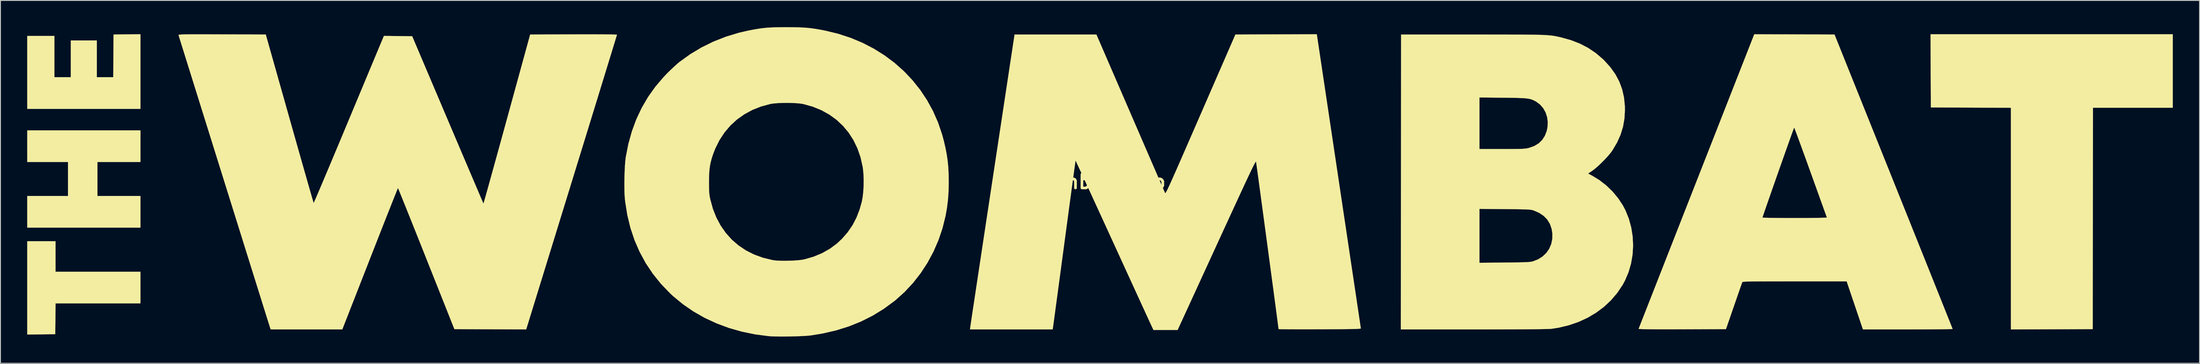
<source format=kicad_pcb>
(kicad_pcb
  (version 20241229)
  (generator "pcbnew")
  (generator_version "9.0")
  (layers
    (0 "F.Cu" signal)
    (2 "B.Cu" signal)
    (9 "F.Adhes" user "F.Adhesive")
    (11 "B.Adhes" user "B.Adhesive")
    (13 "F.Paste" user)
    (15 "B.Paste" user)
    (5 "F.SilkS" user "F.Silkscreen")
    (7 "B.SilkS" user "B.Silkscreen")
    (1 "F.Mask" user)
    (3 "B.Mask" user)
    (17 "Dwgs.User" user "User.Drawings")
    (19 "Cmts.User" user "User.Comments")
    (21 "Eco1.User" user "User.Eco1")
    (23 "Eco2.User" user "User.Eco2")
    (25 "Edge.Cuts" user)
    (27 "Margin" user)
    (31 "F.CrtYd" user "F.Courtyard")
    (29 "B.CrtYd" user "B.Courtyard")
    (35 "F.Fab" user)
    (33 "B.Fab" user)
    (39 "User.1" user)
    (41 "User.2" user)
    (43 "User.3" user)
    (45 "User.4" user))
  (footprint "wombat_logo"
    (layer "F.Cu")
    (at 120.338 17.368)
    (property "Reference" "wombat_logo" (at 0 0 0) (layer "F.SilkS") (effects (font (size 1.524 1.524) (thickness 0.3))))
    (attr through_hole)
    (fp_poly (pts (xy -117.157 10.097) (xy -107.632 10.097) (xy -107.632 13.652) (xy -117.155 13.652) (xy -117.172 15.383) (xy -117.189 17.113) (xy -120.332 17.147) (xy -120.332 6.668) (xy -117.157 6.668) (xy -117.157 10.097)) (stroke (width 0.01) (type solid)) (fill yes) (layer "F.SilkS"))
    (fp_poly (pts (xy -107.632 -2.223) (xy -112.459 -2.223) (xy -112.459 1.587) (xy -107.632 1.587) (xy -107.632 5.144) (xy -120.332 5.144) (xy -120.332 1.587) (xy -115.76 1.587) (xy -115.76 -2.223) (xy -120.332 -2.223) (xy -120.332 -5.779) (xy -107.632 -5.779) (xy -107.632 -2.223)) (stroke (width 0.01) (type solid)) (fill yes) (layer "F.SilkS"))
    (fp_poly (pts (xy 120.396 -16.573) (xy 120.396 -8.319) (xy 111.443 -8.319) (xy 111.411 16.542) (xy 106.823 16.558) (xy 102.235 16.574) (xy 102.235 -8.318) (xy 97.742 -8.334) (xy 93.25 -8.35) (xy 93.233 -12.462) (xy 93.217 -16.574) (xy 106.807 -16.574) (xy 120.396 -16.573)) (stroke (width 0.01) (type solid)) (fill yes) (layer "F.SilkS"))
    (fp_poly (pts (xy -107.632 -8.191) (xy -120.332 -8.191) (xy -120.332 -16.383) (xy -117.284 -16.383) (xy -117.284 -11.748) (xy -115.443 -11.748) (xy -115.443 -15.875) (xy -112.522 -15.875) (xy -112.522 -11.748) (xy -110.682 -11.748) (xy -110.649 -16.542) (xy -109.141 -16.559) (xy -107.632 -16.576) (xy -107.632 -8.191)) (stroke (width 0.01) (type solid)) (fill yes) (layer "F.SilkS"))
    (fp_poly (pts (xy 82.443 -16.542) (xy 89.067 -0.032) (xy 89.623 1.356) (xy 90.168 2.713) (xy 90.698 4.034) (xy 91.211 5.316) (xy 91.707 6.552) (xy 92.183 7.739) (xy 92.637 8.872) (xy 93.067 9.946) (xy 93.471 10.956) (xy 93.848 11.898) (xy 94.195 12.767) (xy 94.512 13.557) (xy 94.794 14.265) (xy 95.042 14.886) (xy 95.253 15.414) (xy 95.425 15.846) (xy 95.556 16.176) (xy 95.644 16.4) (xy 95.688 16.513) (xy 95.693 16.526) (xy 95.631 16.533) (xy 95.452 16.54) (xy 95.165 16.547) (xy 94.78 16.553) (xy 94.306 16.559) (xy 93.752 16.563) (xy 93.129 16.567) (xy 92.446 16.57) (xy 91.712 16.572) (xy 90.936 16.573) (xy 90.662 16.573) (xy 85.63 16.573) (xy 83.804 11.176) (xy 77.968 11.176) (xy 76.974 11.176) (xy 76.099 11.177) (xy 75.335 11.177) (xy 74.676 11.179) (xy 74.113 11.181) (xy 73.638 11.184) (xy 73.245 11.188) (xy 72.925 11.193) (xy 72.67 11.2) (xy 72.474 11.208) (xy 72.328 11.218) (xy 72.224 11.229) (xy 72.156 11.242) (xy 72.115 11.258) (xy 72.093 11.275) (xy 72.086 11.287) (xy 72.056 11.369) (xy 71.99 11.558) (xy 71.89 11.842) (xy 71.763 12.206) (xy 71.613 12.638) (xy 71.444 13.126) (xy 71.261 13.655) (xy 71.152 13.97) (xy 70.263 16.542) (xy 65.352 16.558) (xy 64.321 16.561) (xy 63.41 16.561) (xy 62.62 16.56) (xy 61.951 16.556) (xy 61.405 16.551) (xy 60.982 16.544) (xy 60.684 16.534) (xy 60.51 16.523) (xy 60.462 16.511) (xy 60.487 16.447) (xy 60.556 16.27) (xy 60.668 15.984) (xy 60.821 15.595) (xy 61.012 15.106) (xy 61.241 14.522) (xy 61.505 13.849) (xy 61.802 13.091) (xy 62.131 12.253) (xy 62.489 11.339) (xy 62.875 10.355) (xy 63.287 9.305) (xy 63.722 8.194) (xy 64.18 7.027) (xy 64.658 5.808) (xy 65.155 4.542) (xy 65.361 4.016) (xy 74.358 4.016) (xy 74.42 4.025) (xy 74.597 4.033) (xy 74.879 4.041) (xy 75.254 4.048) (xy 75.712 4.053) (xy 76.239 4.058) (xy 76.827 4.061) (xy 77.462 4.064) (xy 77.983 4.064) (xy 78.656 4.063) (xy 79.287 4.06) (xy 79.863 4.056) (xy 80.375 4.05) (xy 80.811 4.043) (xy 81.16 4.035) (xy 81.412 4.026) (xy 81.556 4.017) (xy 81.587 4.009) (xy 81.563 3.942) (xy 81.499 3.765) (xy 81.398 3.486) (xy 81.264 3.113) (xy 81.1 2.657) (xy 80.909 2.125) (xy 80.693 1.527) (xy 80.458 0.872) (xy 80.204 0.168) (xy 79.937 -0.576) (xy 79.759 -1.071) (xy 79.484 -1.835) (xy 79.221 -2.563) (xy 78.973 -3.247) (xy 78.743 -3.879) (xy 78.535 -4.449) (xy 78.351 -4.949) (xy 78.196 -5.369) (xy 78.071 -5.703) (xy 77.981 -5.939) (xy 77.928 -6.071) (xy 77.916 -6.096) (xy 77.891 -6.038) (xy 77.828 -5.87) (xy 77.731 -5.604) (xy 77.603 -5.25) (xy 77.448 -4.819) (xy 77.271 -4.321) (xy 77.074 -3.767) (xy 76.862 -3.168) (xy 76.638 -2.534) (xy 76.405 -1.877) (xy 76.169 -1.206) (xy 75.932 -0.532) (xy 75.699 0.134) (xy 75.472 0.78) (xy 75.256 1.398) (xy 75.055 1.975) (xy 74.872 2.502) (xy 74.71 2.968) (xy 74.575 3.361) (xy 74.469 3.672) (xy 74.397 3.889) (xy 74.361 4.003) (xy 74.358 4.016) (xy 65.361 4.016) (xy 65.668 3.234) (xy 66.196 1.888) (xy 66.736 0.511) (xy 66.961 -0.061) (xy 73.438 -16.571) (xy 82.443 -16.542)) (stroke (width 0.01) (type solid)) (fill yes) (layer "F.SilkS"))
    (fp_poly (pts (xy 43.029 -16.542) (xy 44.124 -16.541) (xy 45.106 -16.541) (xy 45.983 -16.539) (xy 46.763 -16.537) (xy 47.453 -16.533) (xy 48.059 -16.528) (xy 48.591 -16.521) (xy 49.053 -16.513) (xy 49.456 -16.502) (xy 49.804 -16.489) (xy 50.107 -16.473) (xy 50.37 -16.454) (xy 50.603 -16.432) (xy 50.811 -16.407) (xy 51.002 -16.378) (xy 51.184 -16.345) (xy 51.364 -16.308) (xy 51.55 -16.266) (xy 51.748 -16.221) (xy 51.784 -16.212) (xy 52.879 -15.905) (xy 53.883 -15.513) (xy 54.806 -15.033) (xy 55.658 -14.458) (xy 56.447 -13.785) (xy 56.614 -13.622) (xy 57.293 -12.869) (xy 57.851 -12.085) (xy 58.29 -11.264) (xy 58.612 -10.398) (xy 58.821 -9.482) (xy 58.919 -8.508) (xy 58.928 -8.096) (xy 58.874 -7.115) (xy 58.712 -6.183) (xy 58.436 -5.285) (xy 58.042 -4.407) (xy 57.526 -3.534) (xy 57.52 -3.524) (xy 57.294 -3.219) (xy 56.993 -2.864) (xy 56.643 -2.485) (xy 56.268 -2.107) (xy 55.895 -1.755) (xy 55.547 -1.455) (xy 55.26 -1.24) (xy 54.799 -0.929) (xy 55.228 -0.702) (xy 56.053 -0.2) (xy 56.829 0.403) (xy 57.54 1.092) (xy 58.169 1.848) (xy 58.7 2.655) (xy 58.984 3.196) (xy 59.366 4.146) (xy 59.636 5.133) (xy 59.795 6.143) (xy 59.844 7.164) (xy 59.783 8.18) (xy 59.612 9.178) (xy 59.333 10.145) (xy 58.945 11.065) (xy 58.666 11.581) (xy 58.063 12.479) (xy 57.363 13.3) (xy 56.572 14.04) (xy 55.697 14.694) (xy 54.744 15.26) (xy 53.72 15.732) (xy 52.631 16.107) (xy 51.483 16.381) (xy 50.675 16.507) (xy 50.518 16.518) (xy 50.237 16.528) (xy 49.832 16.537) (xy 49.305 16.545) (xy 48.658 16.552) (xy 47.892 16.559) (xy 47.01 16.564) (xy 46.014 16.568) (xy 44.904 16.571) (xy 43.682 16.573) (xy 42.351 16.573) (xy 41.959 16.573) (xy 33.782 16.573) (xy 33.789 9.091) (xy 42.608 9.091) (xy 45.418 9.065) (xy 46.109 9.058) (xy 46.686 9.051) (xy 47.16 9.042) (xy 47.544 9.033) (xy 47.85 9.022) (xy 48.09 9.008) (xy 48.278 8.991) (xy 48.425 8.971) (xy 48.543 8.947) (xy 48.604 8.931) (xy 49.191 8.701) (xy 49.696 8.38) (xy 50.114 7.979) (xy 50.438 7.508) (xy 50.662 6.978) (xy 50.78 6.402) (xy 50.785 5.788) (xy 50.702 5.275) (xy 50.51 4.721) (xy 50.213 4.237) (xy 49.812 3.825) (xy 49.309 3.487) (xy 48.705 3.223) (xy 48.641 3.201) (xy 48.546 3.173) (xy 48.436 3.15) (xy 48.3 3.131) (xy 48.125 3.115) (xy 47.898 3.102) (xy 47.608 3.092) (xy 47.242 3.084) (xy 46.787 3.076) (xy 46.233 3.07) (xy 45.565 3.064) (xy 45.45 3.063) (xy 42.608 3.04) (xy 42.608 9.091) (xy 33.789 9.091) (xy 33.798 0.016) (xy 33.801 -3.683) (xy 42.608 -3.683) (xy 45.138 -3.683) (xy 45.781 -3.683) (xy 46.311 -3.685) (xy 46.742 -3.689) (xy 47.088 -3.694) (xy 47.364 -3.703) (xy 47.583 -3.716) (xy 47.76 -3.733) (xy 47.909 -3.754) (xy 48.044 -3.781) (xy 48.165 -3.81) (xy 48.747 -4.015) (xy 49.238 -4.309) (xy 49.637 -4.689) (xy 49.942 -5.156) (xy 50.153 -5.706) (xy 50.237 -6.105) (xy 50.273 -6.696) (xy 50.199 -7.266) (xy 50.025 -7.798) (xy 49.755 -8.276) (xy 49.4 -8.684) (xy 48.965 -9.004) (xy 48.917 -9.031) (xy 48.747 -9.121) (xy 48.588 -9.196) (xy 48.426 -9.257) (xy 48.248 -9.306) (xy 48.041 -9.345) (xy 47.791 -9.375) (xy 47.485 -9.398) (xy 47.109 -9.414) (xy 46.65 -9.427) (xy 46.095 -9.436) (xy 45.43 -9.444) (xy 45.228 -9.446) (xy 42.608 -9.472) (xy 42.608 -3.683) (xy 33.801 -3.683) (xy 33.814 -16.542) (xy 41.815 -16.542) (xy 43.029 -16.542)) (stroke (width 0.01) (type solid)) (fill yes) (layer "F.SilkS"))
    (fp_poly (pts (xy -34.441 -17.359) (xy -33.835 -17.348) (xy -33.302 -17.326) (xy -32.815 -17.291) (xy -32.349 -17.241) (xy -31.875 -17.173) (xy -31.368 -17.086) (xy -30.8 -16.976) (xy -29.34 -16.622) (xy -27.938 -16.162) (xy -26.599 -15.601) (xy -25.329 -14.941) (xy -24.13 -14.189) (xy -23.008 -13.347) (xy -21.967 -12.42) (xy -21.012 -11.413) (xy -20.148 -10.329) (xy -19.378 -9.172) (xy -18.707 -7.948) (xy -18.141 -6.659) (xy -17.683 -5.311) (xy -17.501 -4.636) (xy -17.312 -3.82) (xy -17.167 -3.073) (xy -17.062 -2.355) (xy -16.992 -1.629) (xy -16.954 -0.857) (xy -16.942 -0.001) (xy -16.942 0.064) (xy -16.963 1.086) (xy -17.029 2.034) (xy -17.144 2.951) (xy -17.303 3.845) (xy -17.644 5.221) (xy -18.098 6.558) (xy -18.66 7.849) (xy -19.324 9.083) (xy -20.087 10.252) (xy -20.94 11.346) (xy -21.881 12.357) (xy -22.902 13.276) (xy -23.058 13.402) (xy -24.238 14.268) (xy -25.475 15.027) (xy -26.775 15.681) (xy -28.141 16.231) (xy -29.577 16.681) (xy -31.088 17.03) (xy -32.385 17.243) (xy -32.711 17.278) (xy -33.139 17.307) (xy -33.643 17.332) (xy -34.197 17.352) (xy -34.776 17.365) (xy -35.355 17.372) (xy -35.908 17.372) (xy -36.41 17.365) (xy -36.835 17.35) (xy -37.116 17.331) (xy -38.662 17.13) (xy -40.163 16.821) (xy -41.611 16.407) (xy -43.001 15.89) (xy -44.327 15.272) (xy -45.583 14.556) (xy -46.761 13.746) (xy -47.858 12.843) (xy -48.237 12.49) (xy -49.245 11.436) (xy -50.144 10.317) (xy -50.934 9.133) (xy -51.614 7.884) (xy -52.185 6.572) (xy -52.646 5.197) (xy -52.997 3.76) (xy -53.237 2.262) (xy -53.279 1.881) (xy -53.307 1.5) (xy -53.324 1.025) (xy -53.331 0.484) (xy -53.329 0) (xy -43.841 0) (xy -43.84 0.475) (xy -43.833 0.85) (xy -43.819 1.151) (xy -43.796 1.406) (xy -43.762 1.642) (xy -43.715 1.884) (xy -43.702 1.943) (xy -43.41 3.013) (xy -43.018 4.006) (xy -42.531 4.919) (xy -41.951 5.748) (xy -41.282 6.492) (xy -40.528 7.144) (xy -39.693 7.703) (xy -38.78 8.165) (xy -37.792 8.526) (xy -36.734 8.783) (xy -36.639 8.8) (xy -36.312 8.84) (xy -35.891 8.863) (xy -35.407 8.871) (xy -34.892 8.865) (xy -34.378 8.845) (xy -33.894 8.812) (xy -33.474 8.767) (xy -33.148 8.711) (xy -33.141 8.709) (xy -32.107 8.41) (xy -31.151 8.012) (xy -30.274 7.517) (xy -29.477 6.925) (xy -28.899 6.381) (xy -28.263 5.645) (xy -27.729 4.861) (xy -27.289 4.016) (xy -26.934 3.094) (xy -26.69 2.223) (xy -26.593 1.697) (xy -26.526 1.085) (xy -26.489 0.422) (xy -26.483 -0.256) (xy -26.51 -0.913) (xy -26.569 -1.511) (xy -26.599 -1.706) (xy -26.84 -2.769) (xy -27.185 -3.762) (xy -27.631 -4.683) (xy -28.174 -5.527) (xy -28.809 -6.289) (xy -29.532 -6.966) (xy -30.34 -7.552) (xy -31.228 -8.045) (xy -32.192 -8.438) (xy -33.229 -8.729) (xy -33.274 -8.739) (xy -33.617 -8.794) (xy -34.055 -8.833) (xy -34.557 -8.857) (xy -35.092 -8.866) (xy -35.628 -8.859) (xy -36.134 -8.837) (xy -36.58 -8.8) (xy -36.934 -8.748) (xy -36.957 -8.743) (xy -38.003 -8.459) (xy -38.978 -8.072) (xy -39.878 -7.583) (xy -40.701 -6.998) (xy -41.441 -6.319) (xy -42.095 -5.55) (xy -42.659 -4.694) (xy -43.129 -3.754) (xy -43.363 -3.155) (xy -43.525 -2.666) (xy -43.647 -2.215) (xy -43.736 -1.772) (xy -43.794 -1.305) (xy -43.827 -0.783) (xy -43.84 -0.174) (xy -43.841 0) (xy -53.329 0) (xy -53.329 -0.097) (xy -53.317 -0.691) (xy -53.298 -1.271) (xy -53.27 -1.811) (xy -53.235 -2.283) (xy -53.194 -2.661) (xy -53.184 -2.731) (xy -52.891 -4.233) (xy -52.494 -5.663) (xy -51.993 -7.021) (xy -51.386 -8.311) (xy -50.673 -9.531) (xy -49.853 -10.685) (xy -48.926 -11.773) (xy -48.517 -12.198) (xy -48.206 -12.504) (xy -47.884 -12.81) (xy -47.577 -13.093) (xy -47.311 -13.327) (xy -47.149 -13.461) (xy -45.949 -14.326) (xy -44.675 -15.09) (xy -43.335 -15.749) (xy -41.934 -16.3) (xy -40.481 -16.74) (xy -39.434 -16.981) (xy -38.878 -17.089) (xy -38.385 -17.175) (xy -37.929 -17.242) (xy -37.483 -17.291) (xy -37.02 -17.325) (xy -36.514 -17.347) (xy -35.938 -17.359) (xy -35.267 -17.363) (xy -35.147 -17.363) (xy -34.441 -17.359)) (stroke (width 0.01) (type solid)) (fill yes) (layer "F.SilkS"))
    (fp_poly (pts (xy -100.474 -16.564) (xy -99.735 -16.562) (xy -98.881 -16.559) (xy -98.478 -16.558) (xy -93.568 -16.542) (xy -90.901 -7.099) (xy -90.6 -6.034) (xy -90.308 -5.003) (xy -90.027 -4.012) (xy -89.759 -3.067) (xy -89.506 -2.175) (xy -89.269 -1.343) (xy -89.051 -0.578) (xy -88.853 0.115) (xy -88.678 0.727) (xy -88.527 1.254) (xy -88.402 1.687) (xy -88.304 2.021) (xy -88.237 2.249) (xy -88.202 2.365) (xy -88.196 2.378) (xy -88.168 2.324) (xy -88.094 2.16) (xy -87.976 1.891) (xy -87.818 1.525) (xy -87.622 1.066) (xy -87.391 0.523) (xy -87.127 -0.099) (xy -86.834 -0.794) (xy -86.513 -1.554) (xy -86.168 -2.374) (xy -85.802 -3.246) (xy -85.417 -4.165) (xy -85.015 -5.125) (xy -84.601 -6.118) (xy -84.55 -6.239) (xy -84.128 -7.251) (xy -83.716 -8.239) (xy -83.316 -9.197) (xy -82.932 -10.116) (xy -82.567 -10.991) (xy -82.224 -11.813) (xy -81.906 -12.576) (xy -81.615 -13.272) (xy -81.356 -13.893) (xy -81.13 -14.434) (xy -80.941 -14.886) (xy -80.792 -15.243) (xy -80.686 -15.496) (xy -80.627 -15.638) (xy -80.313 -16.385) (xy -78.727 -16.368) (xy -77.141 -16.351) (xy -73.156 -6.968) (xy -72.715 -5.93) (xy -72.288 -4.924) (xy -71.876 -3.956) (xy -71.483 -3.032) (xy -71.111 -2.159) (xy -70.764 -1.342) (xy -70.442 -0.588) (xy -70.15 0.097) (xy -69.89 0.706) (xy -69.665 1.234) (xy -69.476 1.675) (xy -69.328 2.021) (xy -69.221 2.268) (xy -69.16 2.408) (xy -69.146 2.439) (xy -69.126 2.382) (xy -69.075 2.209) (xy -68.994 1.926) (xy -68.885 1.541) (xy -68.75 1.059) (xy -68.59 0.488) (xy -68.408 -0.167) (xy -68.205 -0.898) (xy -67.983 -1.699) (xy -67.744 -2.563) (xy -67.489 -3.485) (xy -67.222 -4.457) (xy -66.942 -5.472) (xy -66.653 -6.525) (xy -66.512 -7.039) (xy -63.904 -16.542) (xy -59.035 -16.558) (xy -58.261 -16.56) (xy -57.525 -16.561) (xy -56.836 -16.56) (xy -56.205 -16.558) (xy -55.641 -16.556) (xy -55.153 -16.552) (xy -54.753 -16.547) (xy -54.448 -16.541) (xy -54.249 -16.535) (xy -54.166 -16.528) (xy -54.164 -16.526) (xy -54.182 -16.462) (xy -54.236 -16.282) (xy -54.325 -15.99) (xy -54.446 -15.592) (xy -54.599 -15.092) (xy -54.782 -14.495) (xy -54.993 -13.807) (xy -55.231 -13.031) (xy -55.494 -12.175) (xy -55.781 -11.241) (xy -56.09 -10.235) (xy -56.42 -9.162) (xy -56.769 -8.027) (xy -57.136 -6.835) (xy -57.519 -5.591) (xy -57.916 -4.3) (xy -58.327 -2.966) (xy -58.75 -1.595) (xy -59.182 -0.192) (xy -59.256 0.048) (xy -64.35 16.574) (xy -68.379 16.558) (xy -72.407 16.542) (xy -75.556 8.62) (xy -75.936 7.663) (xy -76.304 6.74) (xy -76.656 5.856) (xy -76.991 5.018) (xy -77.304 4.235) (xy -77.594 3.512) (xy -77.857 2.855) (xy -78.092 2.273) (xy -78.294 1.772) (xy -78.462 1.358) (xy -78.593 1.039) (xy -78.683 0.821) (xy -78.731 0.711) (xy -78.738 0.699) (xy -78.765 0.757) (xy -78.835 0.927) (xy -78.946 1.201) (xy -79.095 1.573) (xy -79.279 2.036) (xy -79.496 2.583) (xy -79.743 3.207) (xy -80.018 3.902) (xy -80.317 4.66) (xy -80.637 5.476) (xy -80.977 6.341) (xy -81.333 7.249) (xy -81.703 8.193) (xy -81.877 8.637) (xy -84.981 16.573) (xy -93.022 16.573) (xy -93.338 15.573) (xy -93.377 15.451) (xy -93.451 15.216) (xy -93.558 14.874) (xy -93.696 14.431) (xy -93.865 13.893) (xy -94.061 13.267) (xy -94.282 12.559) (xy -94.527 11.775) (xy -94.795 10.92) (xy -95.082 10.002) (xy -95.387 9.027) (xy -95.708 8) (xy -96.043 6.929) (xy -96.39 5.818) (xy -96.747 4.675) (xy -97.113 3.505) (xy -97.485 2.315) (xy -97.862 1.111) (xy -98.241 -0.101) (xy -98.62 -1.315) (xy -98.998 -2.524) (xy -99.373 -3.723) (xy -99.742 -4.905) (xy -100.104 -6.064) (xy -100.457 -7.193) (xy -100.799 -8.287) (xy -101.128 -9.34) (xy -101.442 -10.344) (xy -101.739 -11.295) (xy -102.017 -12.185) (xy -102.275 -13.009) (xy -102.509 -13.76) (xy -102.719 -14.433) (xy -102.903 -15.02) (xy -103.058 -15.516) (xy -103.182 -15.915) (xy -103.274 -16.211) (xy -103.332 -16.396) (xy -103.353 -16.463) (xy -103.354 -16.483) (xy -103.339 -16.501) (xy -103.299 -16.516) (xy -103.227 -16.529) (xy -103.113 -16.54) (xy -102.95 -16.548) (xy -102.729 -16.555) (xy -102.443 -16.559) (xy -102.082 -16.563) (xy -101.639 -16.564) (xy -101.106 -16.564) (xy -100.474 -16.564)) (stroke (width 0.01) (type solid)) (fill yes) (layer "F.SilkS"))
    (fp_poly (pts (xy 26.819 -0.112) (xy 27.033 1.319) (xy 27.242 2.717) (xy 27.445 4.077) (xy 27.643 5.394) (xy 27.832 6.664) (xy 28.014 7.879) (xy 28.187 9.037) (xy 28.351 10.13) (xy 28.504 11.154) (xy 28.646 12.104) (xy 28.776 12.974) (xy 28.893 13.76) (xy 28.997 14.456) (xy 29.087 15.056) (xy 29.162 15.556) (xy 29.22 15.95) (xy 29.262 16.233) (xy 29.287 16.4) (xy 29.294 16.447) (xy 29.285 16.465) (xy 29.247 16.481) (xy 29.172 16.495) (xy 29.051 16.506) (xy 28.877 16.516) (xy 28.641 16.525) (xy 28.335 16.532) (xy 27.951 16.538) (xy 27.48 16.543) (xy 26.914 16.548) (xy 26.245 16.552) (xy 25.464 16.555) (xy 24.686 16.558) (xy 23.932 16.56) (xy 23.217 16.561) (xy 22.55 16.561) (xy 21.941 16.56) (xy 21.4 16.558) (xy 20.938 16.556) (xy 20.563 16.552) (xy 20.286 16.548) (xy 20.117 16.542) (xy 20.066 16.537) (xy 20.058 16.461) (xy 20.033 16.268) (xy 19.994 15.967) (xy 19.942 15.565) (xy 19.877 15.071) (xy 19.8 14.493) (xy 19.714 13.841) (xy 19.618 13.123) (xy 19.515 12.347) (xy 19.404 11.521) (xy 19.288 10.655) (xy 19.168 9.756) (xy 19.044 8.834) (xy 18.918 7.896) (xy 18.792 6.952) (xy 18.665 6.009) (xy 18.539 5.077) (xy 18.416 4.163) (xy 18.296 3.276) (xy 18.181 2.426) (xy 18.072 1.619) (xy 17.97 0.865) (xy 17.876 0.173) (xy 17.791 -0.45) (xy 17.717 -0.994) (xy 17.654 -1.452) (xy 17.604 -1.814) (xy 17.567 -2.073) (xy 17.546 -2.219) (xy 17.541 -2.25) (xy 17.53 -2.263) (xy 17.508 -2.251) (xy 17.474 -2.208) (xy 17.425 -2.129) (xy 17.358 -2.009) (xy 17.272 -1.844) (xy 17.164 -1.628) (xy 17.031 -1.356) (xy 16.872 -1.025) (xy 16.684 -0.628) (xy 16.465 -0.162) (xy 16.212 0.38) (xy 15.923 1.001) (xy 15.597 1.707) (xy 15.23 2.503) (xy 14.82 3.392) (xy 14.365 4.382) (xy 13.862 5.475) (xy 13.31 6.677) (xy 13.116 7.101) (xy 8.74 16.637) (xy 6.028 16.637) (xy 5.694 15.923) (xy 5.629 15.783) (xy 5.515 15.535) (xy 5.355 15.185) (xy 5.151 14.741) (xy 4.907 14.209) (xy 4.626 13.597) (xy 4.311 12.91) (xy 3.966 12.157) (xy 3.594 11.344) (xy 3.197 10.478) (xy 2.78 9.566) (xy 2.345 8.615) (xy 1.895 7.632) (xy 1.434 6.624) (xy 1.332 6.402) (xy 0.875 5.403) (xy 0.433 4.436) (xy 0.007 3.508) (xy -0.398 2.625) (xy -0.78 1.792) (xy -1.136 1.016) (xy -1.463 0.304) (xy -1.759 -0.339) (xy -2.02 -0.905) (xy -2.244 -1.39) (xy -2.428 -1.786) (xy -2.568 -2.088) (xy -2.662 -2.289) (xy -2.708 -2.383) (xy -2.712 -2.389) (xy -2.722 -2.326) (xy -2.748 -2.143) (xy -2.789 -1.849) (xy -2.844 -1.449) (xy -2.912 -0.952) (xy -2.992 -0.364) (xy -3.083 0.309) (xy -3.185 1.058) (xy -3.296 1.878) (xy -3.415 2.761) (xy -3.541 3.7) (xy -3.674 4.688) (xy -3.813 5.718) (xy -3.956 6.784) (xy -3.966 6.862) (xy -4.11 7.934) (xy -4.25 8.974) (xy -4.384 9.975) (xy -4.512 10.929) (xy -4.634 11.83) (xy -4.747 12.67) (xy -4.851 13.442) (xy -4.945 14.138) (xy -5.027 14.752) (xy -5.098 15.277) (xy -5.156 15.704) (xy -5.201 16.028) (xy -5.23 16.24) (xy -5.243 16.334) (xy -5.243 16.335) (xy -5.282 16.573) (xy -14.556 16.573) (xy -14.513 16.24) (xy -14.5 16.149) (xy -14.468 15.937) (xy -14.419 15.611) (xy -14.354 15.175) (xy -14.273 14.635) (xy -14.176 13.996) (xy -14.066 13.264) (xy -13.942 12.444) (xy -13.806 11.542) (xy -13.658 10.562) (xy -13.499 9.511) (xy -13.33 8.393) (xy -13.152 7.213) (xy -12.965 5.979) (xy -12.771 4.693) (xy -12.569 3.363) (xy -12.362 1.994) (xy -12.149 0.59) (xy -12.012 -0.318) (xy -9.555 -16.542) (xy -0.372 -16.542) (xy 3.432 -7.747) (xy 3.867 -6.741) (xy 4.29 -5.765) (xy 4.696 -4.825) (xy 5.084 -3.929) (xy 5.45 -3.082) (xy 5.793 -2.292) (xy 6.108 -1.564) (xy 6.393 -0.906) (xy 6.645 -0.324) (xy 6.862 0.176) (xy 7.04 0.588) (xy 7.177 0.903) (xy 7.27 1.117) (xy 7.317 1.223) (xy 7.32 1.231) (xy 7.333 1.252) (xy 7.349 1.262) (xy 7.37 1.254) (xy 7.399 1.224) (xy 7.439 1.166) (xy 7.491 1.075) (xy 7.559 0.945) (xy 7.644 0.772) (xy 7.749 0.55) (xy 7.876 0.273) (xy 8.029 -0.063) (xy 8.208 -0.463) (xy 8.417 -0.934) (xy 8.658 -1.481) (xy 8.934 -2.108) (xy 9.246 -2.821) (xy 9.597 -3.625) (xy 9.99 -4.525) (xy 10.427 -5.528) (xy 10.911 -6.638) (xy 11.314 -7.564) (xy 15.223 -16.542) (xy 19.789 -16.558) (xy 24.355 -16.574) (xy 26.819 -0.112)) (stroke (width 0.01) (type solid)) (fill yes) (layer "F.SilkS")))
  (gr_rect
    (start -3 -3)
    (end 243.738 37.745)
    (stroke (width 0.1) (type default))
    (fill no)
    (layer "Edge.Cuts")))
</source>
